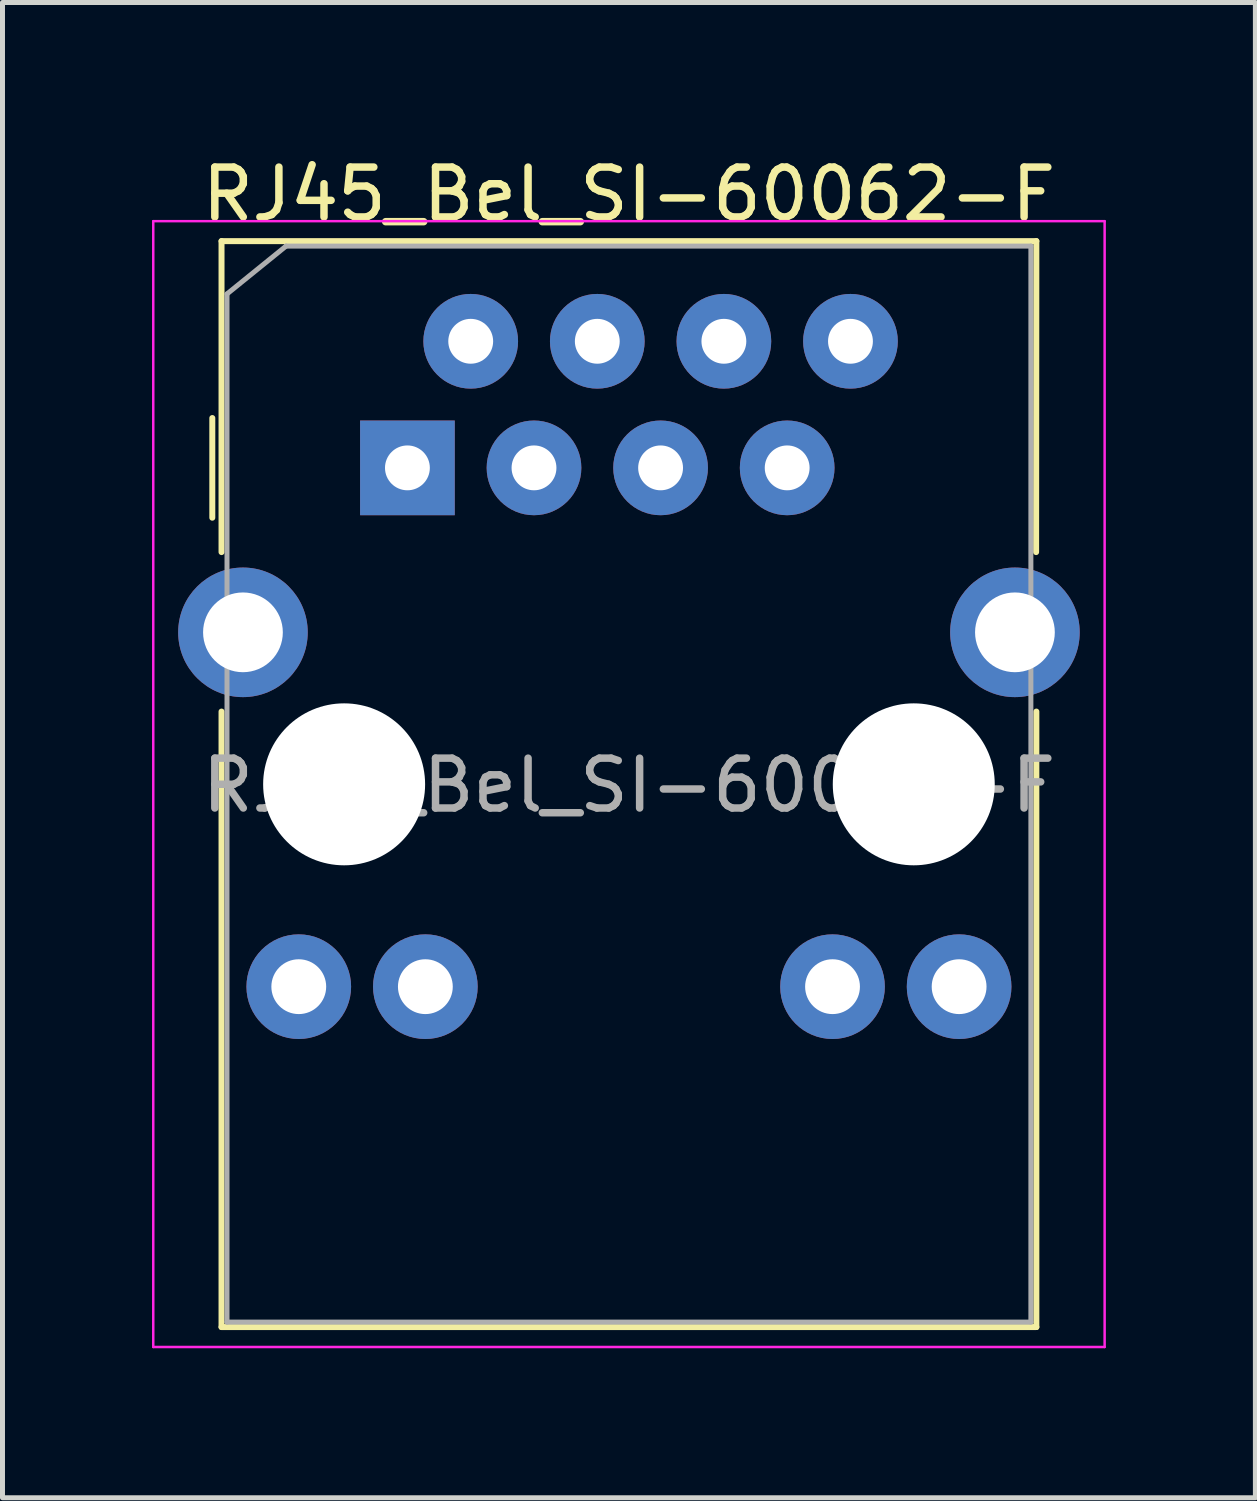
<source format=kicad_pcb>
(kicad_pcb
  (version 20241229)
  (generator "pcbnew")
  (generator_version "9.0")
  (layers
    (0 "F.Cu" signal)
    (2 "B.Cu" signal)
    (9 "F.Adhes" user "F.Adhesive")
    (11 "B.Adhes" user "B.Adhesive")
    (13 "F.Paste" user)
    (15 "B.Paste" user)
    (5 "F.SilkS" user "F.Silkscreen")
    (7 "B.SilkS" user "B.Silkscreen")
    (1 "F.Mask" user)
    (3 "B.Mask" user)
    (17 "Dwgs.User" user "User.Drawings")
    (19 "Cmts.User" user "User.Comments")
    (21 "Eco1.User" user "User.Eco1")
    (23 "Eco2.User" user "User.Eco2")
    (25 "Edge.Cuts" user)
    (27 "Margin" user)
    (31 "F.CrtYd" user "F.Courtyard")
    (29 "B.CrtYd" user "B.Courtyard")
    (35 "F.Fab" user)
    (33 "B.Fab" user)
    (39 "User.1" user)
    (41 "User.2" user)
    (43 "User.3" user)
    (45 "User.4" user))
  (footprint "RJ45_Bel_SI-60062-F"
    (layer "F.Cu")
    (at 5.125 6.338)
    (property "Reference" "RJ45_Bel_SI-60062-F" (at 4.445 -5.49 0) (layer "F.SilkS") (effects (font (size 1 1) (thickness 0.15))))
    (attr through_hole)
    (fp_line (start -3.915 -1) (end -3.915 1) (stroke (width 0.12) (type solid)) (layer "F.SilkS"))
    (fp_line (start -3.73 -4.55) (end 12.62 -4.55) (stroke (width 0.12) (type solid)) (layer "F.SilkS"))
    (fp_line (start -3.73 1.69) (end -3.73 -4.55) (stroke (width 0.12) (type solid)) (layer "F.SilkS"))
    (fp_line (start -3.73 17.24) (end -3.73 4.89) (stroke (width 0.12) (type solid)) (layer "F.SilkS"))
    (fp_line (start 12.62 -4.55) (end 12.615 1.69) (stroke (width 0.12) (type solid)) (layer "F.SilkS"))
    (fp_line (start 12.62 4.89) (end 12.62 17.24) (stroke (width 0.12) (type solid)) (layer "F.SilkS"))
    (fp_line (start 12.62 17.24) (end -3.73 17.24) (stroke (width 0.12) (type solid)) (layer "F.SilkS"))
    (fp_line (start -5.1 -4.95) (end -5.1 17.64) (stroke (width 0.05) (type solid)) (layer "F.CrtYd"))
    (fp_line (start -5.1 17.64) (end 13.99 17.64) (stroke (width 0.05) (type solid)) (layer "F.CrtYd"))
    (fp_line (start 13.99 -4.95) (end -5.1 -4.95) (stroke (width 0.05) (type solid)) (layer "F.CrtYd"))
    (fp_line (start 13.99 17.64) (end 13.99 -4.95) (stroke (width 0.05) (type solid)) (layer "F.CrtYd"))
    (fp_line (start -3.62 -3.49) (end -2.435 -4.45) (stroke (width 0.1) (type solid)) (layer "F.Fab"))
    (fp_line (start -3.62 17.14) (end -3.62 -3.49) (stroke (width 0.1) (type solid)) (layer "F.Fab"))
    (fp_line (start -2.435 -4.45) (end 12.51 -4.45) (stroke (width 0.1) (type solid)) (layer "F.Fab"))
    (fp_line (start 12.51 -4.45) (end 12.51 17.14) (stroke (width 0.1) (type solid)) (layer "F.Fab"))
    (fp_line (start 12.51 17.14) (end -3.62 17.14) (stroke (width 0.1) (type solid)) (layer "F.Fab"))
    (fp_text user "${REFERENCE}" (at 4.445 6.37 0) (layer "F.Fab") (effects (font (size 1 1) (thickness 0.15))))
    (pad "" np_thru_hole circle (at -1.27 6.35) (size 3.25 3.25) (drill 3.25) (layers "*.Cu" "*.Mask"))
    (pad "" np_thru_hole circle (at 10.16 6.35) (size 3.25 3.25) (drill 3.25) (layers "*.Cu" "*.Mask"))
    (pad "1" thru_hole rect (at 0 0) (size 1.9 1.9) (drill 0.9) (layers "*.Cu" "*.Mask"))
    (pad "2" thru_hole circle (at 1.27 -2.54) (size 1.9 1.9) (drill 0.9) (layers "*.Cu" "*.Mask"))
    (pad "3" thru_hole circle (at 2.54 0) (size 1.9 1.9) (drill 0.9) (layers "*.Cu" "*.Mask"))
    (pad "4" thru_hole circle (at 3.81 -2.54) (size 1.9 1.9) (drill 0.9) (layers "*.Cu" "*.Mask"))
    (pad "5" thru_hole circle (at 5.08 0) (size 1.9 1.9) (drill 0.9) (layers "*.Cu" "*.Mask"))
    (pad "6" thru_hole circle (at 6.35 -2.54) (size 1.9 1.9) (drill 0.9) (layers "*.Cu" "*.Mask"))
    (pad "7" thru_hole circle (at 7.62 0) (size 1.9 1.9) (drill 0.9) (layers "*.Cu" "*.Mask"))
    (pad "8" thru_hole circle (at 8.89 -2.54) (size 1.9 1.9) (drill 0.9) (layers "*.Cu" "*.Mask"))
    (pad "L1" thru_hole circle (at -2.18 10.41) (size 2.1 2.1) (drill 1.1) (layers "*.Cu" "*.Mask"))
    (pad "L2" thru_hole circle (at 0.36 10.41) (size 2.1 2.1) (drill 1.1) (layers "*.Cu" "*.Mask"))
    (pad "L3" thru_hole circle (at 8.53 10.41) (size 2.1 2.1) (drill 1.1) (layers "*.Cu" "*.Mask"))
    (pad "L4" thru_hole circle (at 11.07 10.41) (size 2.1 2.1) (drill 1.1) (layers "*.Cu" "*.Mask"))
    (pad "SH" thru_hole circle (at -3.3 3.3) (size 2.6 2.6) (drill 1.6) (layers "*.Cu" "*.Mask"))
    (pad "SH" thru_hole circle (at 12.19 3.3) (size 2.6 2.6) (drill 1.6) (layers "*.Cu" "*.Mask")))
  (gr_rect
    (start -3 -3)
    (end 22.14 27.003)
    (stroke (width 0.1) (type default))
    (fill no)
    (layer "Edge.Cuts")))
</source>
